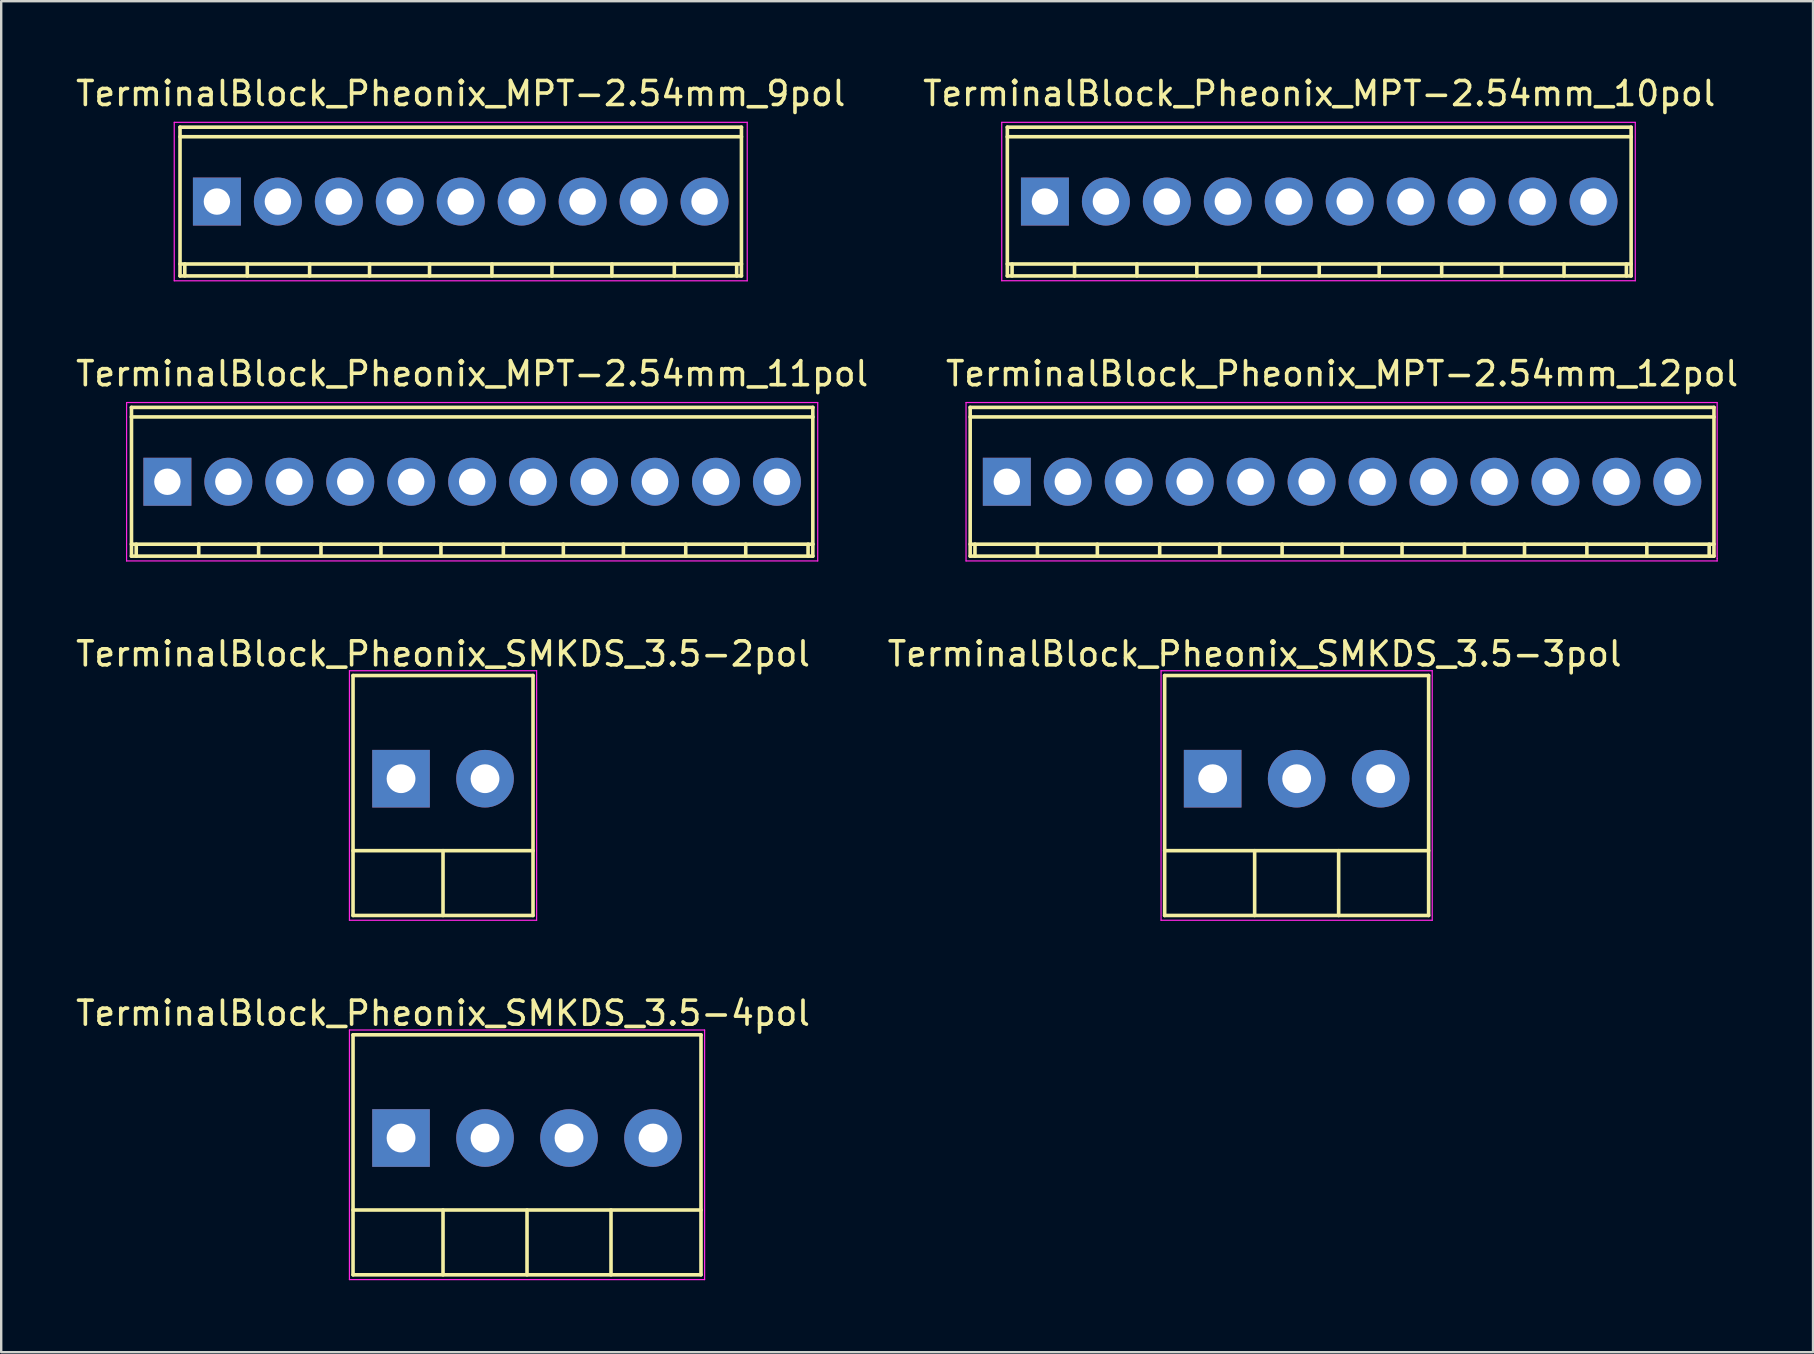
<source format=kicad_pcb>
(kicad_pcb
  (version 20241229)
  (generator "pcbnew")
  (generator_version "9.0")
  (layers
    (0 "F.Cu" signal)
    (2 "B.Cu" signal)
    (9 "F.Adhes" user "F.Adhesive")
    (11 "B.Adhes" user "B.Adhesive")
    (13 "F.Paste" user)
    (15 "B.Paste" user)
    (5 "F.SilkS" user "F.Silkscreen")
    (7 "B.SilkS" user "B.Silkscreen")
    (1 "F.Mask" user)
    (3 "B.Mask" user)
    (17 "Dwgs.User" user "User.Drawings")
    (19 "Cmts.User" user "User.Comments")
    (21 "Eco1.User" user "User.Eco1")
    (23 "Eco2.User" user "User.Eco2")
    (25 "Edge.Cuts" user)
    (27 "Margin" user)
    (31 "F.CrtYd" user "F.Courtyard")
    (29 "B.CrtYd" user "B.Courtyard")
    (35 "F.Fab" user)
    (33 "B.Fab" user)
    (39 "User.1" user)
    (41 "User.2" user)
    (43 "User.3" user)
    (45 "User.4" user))
  (footprint "TerminalBlock_Pheonix_SMKDS_3.5-4pol"
    (layer "F.Cu")
    (at 13.661 44.372)
    (property "Reference" "TerminalBlock_Pheonix_SMKDS_3.5-4pol" (at 1.75 -5.2 0) (layer "F.SilkS") (effects (font (size 1 1) (thickness 0.15))))
    (attr through_hole)
    (fp_line (start -2 -4.3) (end -2 5.7) (stroke (width 0.15) (type solid)) (layer "F.SilkS"))
    (fp_line (start -2 3) (end 12.5 3) (stroke (width 0.15) (type solid)) (layer "F.SilkS"))
    (fp_line (start -2 5.7) (end 12.5 5.7) (stroke (width 0.15) (type solid)) (layer "F.SilkS"))
    (fp_line (start 1.75 3) (end 1.75 5.7) (stroke (width 0.15) (type solid)) (layer "F.SilkS"))
    (fp_line (start 5.25 3) (end 5.25 5.7) (stroke (width 0.15) (type solid)) (layer "F.SilkS"))
    (fp_line (start 8.75 3) (end 8.75 5.7) (stroke (width 0.15) (type solid)) (layer "F.SilkS"))
    (fp_line (start 12.5 -4.3) (end -2 -4.3) (stroke (width 0.15) (type solid)) (layer "F.SilkS"))
    (fp_line (start 12.5 -4.3) (end 12.5 5.7) (stroke (width 0.15) (type solid)) (layer "F.SilkS"))
    (fp_line (start -2.15 -4.5) (end 12.65 -4.5) (stroke (width 0.05) (type solid)) (layer "F.CrtYd"))
    (fp_line (start -2.15 5.9) (end -2.15 -4.5) (stroke (width 0.05) (type solid)) (layer "F.CrtYd"))
    (fp_line (start 12.65 -4.5) (end 12.65 5.9) (stroke (width 0.05) (type solid)) (layer "F.CrtYd"))
    (fp_line (start 12.65 5.9) (end -2.15 5.9) (stroke (width 0.05) (type solid)) (layer "F.CrtYd"))
    (pad "1" thru_hole rect (at 0 0) (size 2.4 2.4) (drill 1.2) (layers "*.Cu" "*.Mask"))
    (pad "2" thru_hole circle (at 3.5 0) (size 2.4 2.4) (drill 1.2) (layers "*.Cu" "*.Mask"))
    (pad "3" thru_hole circle (at 7 0) (size 2.4 2.4) (drill 1.2) (layers "*.Cu" "*.Mask"))
    (pad "4" thru_hole circle (at 10.5 0) (size 2.4 2.4) (drill 1.2) (layers "*.Cu" "*.Mask")))
  (footprint "TerminalBlock_Pheonix_MPT-2.54mm_10pol"
    (layer "F.Cu")
    (at 40.493 5.349)
    (property "Reference" "TerminalBlock_Pheonix_MPT-2.54mm_10pol" (at 11.43 -4.501 0) (layer "F.SilkS") (effects (font (size 1 1) (thickness 0.15))))
    (attr through_hole)
    (fp_line (start -1.57 -3.099) (end 24.43 -3.099) (stroke (width 0.15) (type solid)) (layer "F.SilkS"))
    (fp_line (start -1.57 3.099) (end 24.43 3.099) (stroke (width 0.15) (type solid)) (layer "F.SilkS"))
    (fp_line (start -1.567 -3.099) (end -1.567 3.099) (stroke (width 0.15) (type solid)) (layer "F.SilkS"))
    (fp_line (start -1.369 3.099) (end -1.369 2.601) (stroke (width 0.15) (type solid)) (layer "F.SilkS"))
    (fp_line (start 1.234 3.099) (end 1.234 2.601) (stroke (width 0.15) (type solid)) (layer "F.SilkS"))
    (fp_line (start 3.833 2.601) (end 3.833 3.099) (stroke (width 0.15) (type solid)) (layer "F.SilkS"))
    (fp_line (start 6.33 2.601) (end 6.33 3.099) (stroke (width 0.15) (type solid)) (layer "F.SilkS"))
    (fp_line (start 8.931 2.601) (end 8.931 3.099) (stroke (width 0.15) (type solid)) (layer "F.SilkS"))
    (fp_line (start 11.43 2.601) (end 11.43 3.099) (stroke (width 0.15) (type solid)) (layer "F.SilkS"))
    (fp_line (start 13.929 2.601) (end 13.929 3.099) (stroke (width 0.15) (type solid)) (layer "F.SilkS"))
    (fp_line (start 16.533 2.601) (end 16.533 3.099) (stroke (width 0.15) (type solid)) (layer "F.SilkS"))
    (fp_line (start 19.03 2.601) (end 19.03 3.099) (stroke (width 0.15) (type solid)) (layer "F.SilkS"))
    (fp_line (start 21.631 2.601) (end 21.631 3.099) (stroke (width 0.15) (type solid)) (layer "F.SilkS"))
    (fp_line (start 24.229 2.601) (end 24.229 3.099) (stroke (width 0.15) (type solid)) (layer "F.SilkS"))
    (fp_line (start 24.427 3.099) (end 24.427 -3.099) (stroke (width 0.15) (type solid)) (layer "F.SilkS"))
    (fp_line (start 24.43 -2.7) (end -1.57 -2.7) (stroke (width 0.15) (type solid)) (layer "F.SilkS"))
    (fp_line (start 24.43 2.601) (end -1.57 2.601) (stroke (width 0.15) (type solid)) (layer "F.SilkS"))
    (fp_line (start -1.8 -3.3) (end 24.6 -3.3) (stroke (width 0.05) (type solid)) (layer "F.CrtYd"))
    (fp_line (start -1.8 3.3) (end -1.8 -3.3) (stroke (width 0.05) (type solid)) (layer "F.CrtYd"))
    (fp_line (start 24.6 -3.3) (end 24.6 3.3) (stroke (width 0.05) (type solid)) (layer "F.CrtYd"))
    (fp_line (start 24.6 3.3) (end -1.8 3.3) (stroke (width 0.05) (type solid)) (layer "F.CrtYd"))
    (pad "1" thru_hole rect (at 0 0 180) (size 1.999 1.999) (drill 1.1) (layers "*.Cu" "*.Mask"))
    (pad "2" thru_hole oval (at 2.54 0 180) (size 1.999 1.999) (drill 1.1) (layers "*.Cu" "*.Mask"))
    (pad "3" thru_hole oval (at 5.08 0 180) (size 1.999 1.999) (drill 1.1) (layers "*.Cu" "*.Mask"))
    (pad "4" thru_hole oval (at 7.62 0 180) (size 1.999 1.999) (drill 1.1) (layers "*.Cu" "*.Mask"))
    (pad "5" thru_hole oval (at 10.16 0 180) (size 1.999 1.999) (drill 1.1) (layers "*.Cu" "*.Mask"))
    (pad "6" thru_hole oval (at 12.7 0 180) (size 1.999 1.999) (drill 1.1) (layers "*.Cu" "*.Mask"))
    (pad "7" thru_hole oval (at 15.24 0 180) (size 1.999 1.999) (drill 1.1) (layers "*.Cu" "*.Mask"))
    (pad "8" thru_hole oval (at 17.78 0 180) (size 1.999 1.999) (drill 1.1) (layers "*.Cu" "*.Mask"))
    (pad "9" thru_hole oval (at 20.32 0 180) (size 1.999 1.999) (drill 1.1) (layers "*.Cu" "*.Mask"))
    (pad "10" thru_hole oval (at 22.86 0 180) (size 1.999 1.999) (drill 1.1) (layers "*.Cu" "*.Mask")))
  (footprint "TerminalBlock_Pheonix_SMKDS_3.5-2pol"
    (layer "F.Cu")
    (at 13.661 29.399)
    (property "Reference" "TerminalBlock_Pheonix_SMKDS_3.5-2pol" (at 1.75 -5.2 0) (layer "F.SilkS") (effects (font (size 1 1) (thickness 0.15))))
    (attr through_hole)
    (fp_line (start -2 -4.3) (end -2 5.7) (stroke (width 0.15) (type solid)) (layer "F.SilkS"))
    (fp_line (start -2 3) (end 5.5 3) (stroke (width 0.15) (type solid)) (layer "F.SilkS"))
    (fp_line (start -2 5.7) (end 5.5 5.7) (stroke (width 0.15) (type solid)) (layer "F.SilkS"))
    (fp_line (start 1.75 3) (end 1.75 5.7) (stroke (width 0.15) (type solid)) (layer "F.SilkS"))
    (fp_line (start 5.5 -4.3) (end -2 -4.3) (stroke (width 0.15) (type solid)) (layer "F.SilkS"))
    (fp_line (start 5.5 -4.3) (end 5.5 5.7) (stroke (width 0.15) (type solid)) (layer "F.SilkS"))
    (fp_line (start -2.15 -4.5) (end 5.65 -4.5) (stroke (width 0.05) (type solid)) (layer "F.CrtYd"))
    (fp_line (start -2.15 5.9) (end -2.15 -4.5) (stroke (width 0.05) (type solid)) (layer "F.CrtYd"))
    (fp_line (start 5.65 -4.5) (end 5.65 5.9) (stroke (width 0.05) (type solid)) (layer "F.CrtYd"))
    (fp_line (start 5.65 5.9) (end -2.15 5.9) (stroke (width 0.05) (type solid)) (layer "F.CrtYd"))
    (pad "1" thru_hole rect (at 0 0) (size 2.4 2.4) (drill 1.2) (layers "*.Cu" "*.Mask"))
    (pad "2" thru_hole circle (at 3.5 0) (size 2.4 2.4) (drill 1.2) (layers "*.Cu" "*.Mask")))
  (footprint "TerminalBlock_Pheonix_SMKDS_3.5-3pol"
    (layer "F.Cu")
    (at 47.482 29.399)
    (property "Reference" "TerminalBlock_Pheonix_SMKDS_3.5-3pol" (at 1.75 -5.2 0) (layer "F.SilkS") (effects (font (size 1 1) (thickness 0.15))))
    (attr through_hole)
    (fp_line (start -2 -4.3) (end -2 5.7) (stroke (width 0.15) (type solid)) (layer "F.SilkS"))
    (fp_line (start -2 3) (end 9 3) (stroke (width 0.15) (type solid)) (layer "F.SilkS"))
    (fp_line (start -2 5.7) (end 9 5.7) (stroke (width 0.15) (type solid)) (layer "F.SilkS"))
    (fp_line (start 1.75 3) (end 1.75 5.7) (stroke (width 0.15) (type solid)) (layer "F.SilkS"))
    (fp_line (start 5.25 3) (end 5.25 5.7) (stroke (width 0.15) (type solid)) (layer "F.SilkS"))
    (fp_line (start 9 -4.3) (end -2 -4.3) (stroke (width 0.15) (type solid)) (layer "F.SilkS"))
    (fp_line (start 9 -4.3) (end 9 5.7) (stroke (width 0.15) (type solid)) (layer "F.SilkS"))
    (fp_line (start -2.15 -4.5) (end 9.15 -4.5) (stroke (width 0.05) (type solid)) (layer "F.CrtYd"))
    (fp_line (start -2.15 5.9) (end -2.15 -4.5) (stroke (width 0.05) (type solid)) (layer "F.CrtYd"))
    (fp_line (start 9.15 -4.5) (end 9.15 5.9) (stroke (width 0.05) (type solid)) (layer "F.CrtYd"))
    (fp_line (start 9.15 5.9) (end -2.15 5.9) (stroke (width 0.05) (type solid)) (layer "F.CrtYd"))
    (pad "1" thru_hole rect (at 0 0) (size 2.4 2.4) (drill 1.2) (layers "*.Cu" "*.Mask"))
    (pad "2" thru_hole circle (at 3.5 0) (size 2.4 2.4) (drill 1.2) (layers "*.Cu" "*.Mask"))
    (pad "3" thru_hole circle (at 7 0) (size 2.4 2.4) (drill 1.2) (layers "*.Cu" "*.Mask")))
  (footprint "TerminalBlock_Pheonix_MPT-2.54mm_11pol"
    (layer "F.Cu")
    (at 3.925 17.025)
    (property "Reference" "TerminalBlock_Pheonix_MPT-2.54mm_11pol" (at 12.7 -4.501 0) (layer "F.SilkS") (effects (font (size 1 1) (thickness 0.15))))
    (attr through_hole)
    (fp_line (start -1.501 -3.099) (end 26.901 -3.099) (stroke (width 0.15) (type solid)) (layer "F.SilkS"))
    (fp_line (start -1.501 3.099) (end 26.901 3.099) (stroke (width 0.15) (type solid)) (layer "F.SilkS"))
    (fp_line (start -1.496 -3.099) (end -1.496 3.099) (stroke (width 0.15) (type solid)) (layer "F.SilkS"))
    (fp_line (start -1.298 3.099) (end -1.298 2.601) (stroke (width 0.15) (type solid)) (layer "F.SilkS"))
    (fp_line (start 1.306 3.099) (end 1.306 2.601) (stroke (width 0.15) (type solid)) (layer "F.SilkS"))
    (fp_line (start 3.802 2.601) (end 3.802 3.099) (stroke (width 0.15) (type solid)) (layer "F.SilkS"))
    (fp_line (start 6.401 2.601) (end 6.401 3.099) (stroke (width 0.15) (type solid)) (layer "F.SilkS"))
    (fp_line (start 8.9 2.601) (end 8.9 3.099) (stroke (width 0.15) (type solid)) (layer "F.SilkS"))
    (fp_line (start 11.4 2.601) (end 11.4 3.099) (stroke (width 0.15) (type solid)) (layer "F.SilkS"))
    (fp_line (start 14 2.601) (end 14 3.099) (stroke (width 0.15) (type solid)) (layer "F.SilkS"))
    (fp_line (start 16.5 2.601) (end 16.5 3.099) (stroke (width 0.15) (type solid)) (layer "F.SilkS"))
    (fp_line (start 19.002 2.601) (end 19.002 3.099) (stroke (width 0.15) (type solid)) (layer "F.SilkS"))
    (fp_line (start 21.6 2.601) (end 21.6 3.099) (stroke (width 0.15) (type solid)) (layer "F.SilkS"))
    (fp_line (start 24.1 2.601) (end 24.1 3.099) (stroke (width 0.15) (type solid)) (layer "F.SilkS"))
    (fp_line (start 26.698 2.601) (end 26.698 3.099) (stroke (width 0.15) (type solid)) (layer "F.SilkS"))
    (fp_line (start 26.896 3.099) (end 26.896 -3.099) (stroke (width 0.15) (type solid)) (layer "F.SilkS"))
    (fp_line (start 26.901 -2.7) (end -1.501 -2.7) (stroke (width 0.15) (type solid)) (layer "F.SilkS"))
    (fp_line (start 26.901 2.601) (end -1.501 2.601) (stroke (width 0.15) (type solid)) (layer "F.SilkS"))
    (fp_line (start -1.7 -3.3) (end 27.1 -3.3) (stroke (width 0.05) (type solid)) (layer "F.CrtYd"))
    (fp_line (start -1.7 -3.2) (end -1.7 -3.3) (stroke (width 0.05) (type solid)) (layer "F.CrtYd"))
    (fp_line (start -1.7 3.3) (end -1.7 -3.2) (stroke (width 0.05) (type solid)) (layer "F.CrtYd"))
    (fp_line (start 27.1 -3.3) (end 27.1 3.3) (stroke (width 0.05) (type solid)) (layer "F.CrtYd"))
    (fp_line (start 27.1 3.3) (end -1.7 3.3) (stroke (width 0.05) (type solid)) (layer "F.CrtYd"))
    (pad "1" thru_hole rect (at 0 0 180) (size 1.999 1.999) (drill 1.1) (layers "*.Cu" "*.Mask"))
    (pad "2" thru_hole oval (at 2.54 0 180) (size 1.999 1.999) (drill 1.1) (layers "*.Cu" "*.Mask"))
    (pad "3" thru_hole oval (at 5.08 0 180) (size 1.999 1.999) (drill 1.1) (layers "*.Cu" "*.Mask"))
    (pad "4" thru_hole oval (at 7.62 0 180) (size 1.999 1.999) (drill 1.1) (layers "*.Cu" "*.Mask"))
    (pad "5" thru_hole oval (at 10.16 0 180) (size 1.999 1.999) (drill 1.1) (layers "*.Cu" "*.Mask"))
    (pad "6" thru_hole oval (at 12.7 0 180) (size 1.999 1.999) (drill 1.1) (layers "*.Cu" "*.Mask"))
    (pad "7" thru_hole oval (at 15.24 0 180) (size 1.999 1.999) (drill 1.1) (layers "*.Cu" "*.Mask"))
    (pad "8" thru_hole oval (at 17.78 0 180) (size 1.999 1.999) (drill 1.1) (layers "*.Cu" "*.Mask"))
    (pad "9" thru_hole oval (at 20.32 0 180) (size 1.999 1.999) (drill 1.1) (layers "*.Cu" "*.Mask"))
    (pad "10" thru_hole oval (at 22.86 0 180) (size 1.999 1.999) (drill 1.1) (layers "*.Cu" "*.Mask"))
    (pad "11" thru_hole oval (at 25.4 0 180) (size 1.999 1.999) (drill 1.1) (layers "*.Cu" "*.Mask")))
  (footprint "TerminalBlock_Pheonix_MPT-2.54mm_9pol"
    (layer "F.Cu")
    (at 5.989 5.349)
    (property "Reference" "TerminalBlock_Pheonix_MPT-2.54mm_9pol" (at 10.16 -4.501 0) (layer "F.SilkS") (effects (font (size 1 1) (thickness 0.15))))
    (attr through_hole)
    (fp_line (start -1.539 -2.7) (end 21.859 -2.7) (stroke (width 0.15) (type solid)) (layer "F.SilkS"))
    (fp_line (start -1.539 3.099) (end 21.859 3.099) (stroke (width 0.15) (type solid)) (layer "F.SilkS"))
    (fp_line (start -1.537 -3.099) (end -1.537 3.099) (stroke (width 0.15) (type solid)) (layer "F.SilkS"))
    (fp_line (start -1.339 3.099) (end -1.339 2.601) (stroke (width 0.15) (type solid)) (layer "F.SilkS"))
    (fp_line (start 1.265 3.099) (end 1.265 2.601) (stroke (width 0.15) (type solid)) (layer "F.SilkS"))
    (fp_line (start 3.863 2.601) (end 3.863 3.099) (stroke (width 0.15) (type solid)) (layer "F.SilkS"))
    (fp_line (start 6.36 2.601) (end 6.36 3.099) (stroke (width 0.15) (type solid)) (layer "F.SilkS"))
    (fp_line (start 8.86 2.601) (end 8.86 3.099) (stroke (width 0.15) (type solid)) (layer "F.SilkS"))
    (fp_line (start 11.46 2.601) (end 11.46 3.099) (stroke (width 0.15) (type solid)) (layer "F.SilkS"))
    (fp_line (start 13.962 2.601) (end 13.962 3.099) (stroke (width 0.15) (type solid)) (layer "F.SilkS"))
    (fp_line (start 16.459 2.601) (end 16.459 3.099) (stroke (width 0.15) (type solid)) (layer "F.SilkS"))
    (fp_line (start 19.06 2.601) (end 19.06 3.099) (stroke (width 0.15) (type solid)) (layer "F.SilkS"))
    (fp_line (start 21.659 2.601) (end 21.659 3.099) (stroke (width 0.15) (type solid)) (layer "F.SilkS"))
    (fp_line (start 21.857 3.099) (end 21.857 -3.099) (stroke (width 0.15) (type solid)) (layer "F.SilkS"))
    (fp_line (start 21.859 -3.099) (end -1.539 -3.099) (stroke (width 0.15) (type solid)) (layer "F.SilkS"))
    (fp_line (start 21.859 2.601) (end -1.539 2.601) (stroke (width 0.15) (type solid)) (layer "F.SilkS"))
    (fp_line (start -1.778 -3.302) (end 22.098 -3.302) (stroke (width 0.05) (type solid)) (layer "F.CrtYd"))
    (fp_line (start -1.778 3.302) (end -1.778 -3.302) (stroke (width 0.05) (type solid)) (layer "F.CrtYd"))
    (fp_line (start 22.098 -3.302) (end 22.098 3.302) (stroke (width 0.05) (type solid)) (layer "F.CrtYd"))
    (fp_line (start 22.098 3.302) (end -1.778 3.302) (stroke (width 0.05) (type solid)) (layer "F.CrtYd"))
    (pad "1" thru_hole rect (at 0 0 180) (size 1.999 1.999) (drill 1.1) (layers "*.Cu" "*.Mask"))
    (pad "2" thru_hole oval (at 2.54 0 180) (size 1.999 1.999) (drill 1.1) (layers "*.Cu" "*.Mask"))
    (pad "3" thru_hole oval (at 5.08 0 180) (size 1.999 1.999) (drill 1.1) (layers "*.Cu" "*.Mask"))
    (pad "4" thru_hole oval (at 7.62 0 180) (size 1.999 1.999) (drill 1.1) (layers "*.Cu" "*.Mask"))
    (pad "5" thru_hole oval (at 10.16 0 180) (size 1.999 1.999) (drill 1.1) (layers "*.Cu" "*.Mask"))
    (pad "6" thru_hole oval (at 12.7 0 180) (size 1.999 1.999) (drill 1.1) (layers "*.Cu" "*.Mask"))
    (pad "7" thru_hole oval (at 15.24 0 180) (size 1.999 1.999) (drill 1.1) (layers "*.Cu" "*.Mask"))
    (pad "8" thru_hole oval (at 17.78 0 180) (size 1.999 1.999) (drill 1.1) (layers "*.Cu" "*.Mask"))
    (pad "9" thru_hole oval (at 20.32 0 180) (size 1.999 1.999) (drill 1.1) (layers "*.Cu" "*.Mask")))
  (footprint "TerminalBlock_Pheonix_MPT-2.54mm_12pol"
    (layer "F.Cu")
    (at 38.905 17.025)
    (property "Reference" "TerminalBlock_Pheonix_MPT-2.54mm_12pol" (at 13.97 -4.501 0) (layer "F.SilkS") (effects (font (size 1 1) (thickness 0.15))))
    (attr through_hole)
    (fp_line (start -1.529 -3.099) (end 29.469 -3.099) (stroke (width 0.15) (type solid)) (layer "F.SilkS"))
    (fp_line (start -1.529 2.601) (end 29.469 2.601) (stroke (width 0.15) (type solid)) (layer "F.SilkS"))
    (fp_line (start -1.527 -3.099) (end -1.527 3.099) (stroke (width 0.15) (type solid)) (layer "F.SilkS"))
    (fp_line (start -1.328 3.099) (end -1.328 2.601) (stroke (width 0.15) (type solid)) (layer "F.SilkS"))
    (fp_line (start 1.275 3.099) (end 1.275 2.601) (stroke (width 0.15) (type solid)) (layer "F.SilkS"))
    (fp_line (start 3.772 2.601) (end 3.772 3.099) (stroke (width 0.15) (type solid)) (layer "F.SilkS"))
    (fp_line (start 6.37 2.601) (end 6.37 3.099) (stroke (width 0.15) (type solid)) (layer "F.SilkS"))
    (fp_line (start 8.87 2.601) (end 8.87 3.099) (stroke (width 0.15) (type solid)) (layer "F.SilkS"))
    (fp_line (start 11.471 2.601) (end 11.471 3.099) (stroke (width 0.15) (type solid)) (layer "F.SilkS"))
    (fp_line (start 13.97 2.601) (end 13.97 3.099) (stroke (width 0.15) (type solid)) (layer "F.SilkS"))
    (fp_line (start 16.469 2.601) (end 16.469 3.099) (stroke (width 0.15) (type solid)) (layer "F.SilkS"))
    (fp_line (start 19.07 2.601) (end 19.07 3.099) (stroke (width 0.15) (type solid)) (layer "F.SilkS"))
    (fp_line (start 21.572 2.601) (end 21.572 3.099) (stroke (width 0.15) (type solid)) (layer "F.SilkS"))
    (fp_line (start 24.171 2.601) (end 24.171 3.099) (stroke (width 0.15) (type solid)) (layer "F.SilkS"))
    (fp_line (start 26.67 2.601) (end 26.67 3.099) (stroke (width 0.15) (type solid)) (layer "F.SilkS"))
    (fp_line (start 29.268 2.601) (end 29.268 3.099) (stroke (width 0.15) (type solid)) (layer "F.SilkS"))
    (fp_line (start 29.467 3.099) (end 29.467 -3.099) (stroke (width 0.15) (type solid)) (layer "F.SilkS"))
    (fp_line (start 29.469 -2.7) (end -1.529 -2.7) (stroke (width 0.15) (type solid)) (layer "F.SilkS"))
    (fp_line (start 29.469 3.099) (end -1.529 3.099) (stroke (width 0.15) (type solid)) (layer "F.SilkS"))
    (fp_line (start -1.7 -3.3) (end 29.6 -3.3) (stroke (width 0.05) (type solid)) (layer "F.CrtYd"))
    (fp_line (start -1.7 3.3) (end -1.7 -3.3) (stroke (width 0.05) (type solid)) (layer "F.CrtYd"))
    (fp_line (start 29.6 -3.3) (end 29.6 3.2) (stroke (width 0.05) (type solid)) (layer "F.CrtYd"))
    (fp_line (start 29.6 3.2) (end 29.6 3.3) (stroke (width 0.05) (type solid)) (layer "F.CrtYd"))
    (fp_line (start 29.6 3.3) (end -1.7 3.3) (stroke (width 0.05) (type solid)) (layer "F.CrtYd"))
    (pad "1" thru_hole rect (at 0 0 180) (size 1.999 1.999) (drill 1.1) (layers "*.Cu" "*.Mask"))
    (pad "2" thru_hole oval (at 2.54 0 180) (size 1.999 1.999) (drill 1.1) (layers "*.Cu" "*.Mask"))
    (pad "3" thru_hole oval (at 5.08 0 180) (size 1.999 1.999) (drill 1.1) (layers "*.Cu" "*.Mask"))
    (pad "4" thru_hole oval (at 7.62 0 180) (size 1.999 1.999) (drill 1.1) (layers "*.Cu" "*.Mask"))
    (pad "5" thru_hole oval (at 10.16 0 180) (size 1.999 1.999) (drill 1.1) (layers "*.Cu" "*.Mask"))
    (pad "6" thru_hole oval (at 12.7 0 180) (size 1.999 1.999) (drill 1.1) (layers "*.Cu" "*.Mask"))
    (pad "7" thru_hole oval (at 15.24 0 180) (size 1.999 1.999) (drill 1.1) (layers "*.Cu" "*.Mask"))
    (pad "8" thru_hole oval (at 17.78 0 180) (size 1.999 1.999) (drill 1.1) (layers "*.Cu" "*.Mask"))
    (pad "9" thru_hole oval (at 20.32 0 180) (size 1.999 1.999) (drill 1.1) (layers "*.Cu" "*.Mask"))
    (pad "10" thru_hole oval (at 22.86 0 180) (size 1.999 1.999) (drill 1.1) (layers "*.Cu" "*.Mask"))
    (pad "11" thru_hole oval (at 25.4 0 180) (size 1.999 1.999) (drill 1.1) (layers "*.Cu" "*.Mask"))
    (pad "12" thru_hole oval (at 27.94 0 180) (size 1.999 1.999) (drill 1.1) (layers "*.Cu" "*.Mask")))
  (gr_rect
    (start -3 -3)
    (end 72.5 53.297)
    (stroke (width 0.1) (type default))
    (fill no)
    (layer "Edge.Cuts")))
</source>
